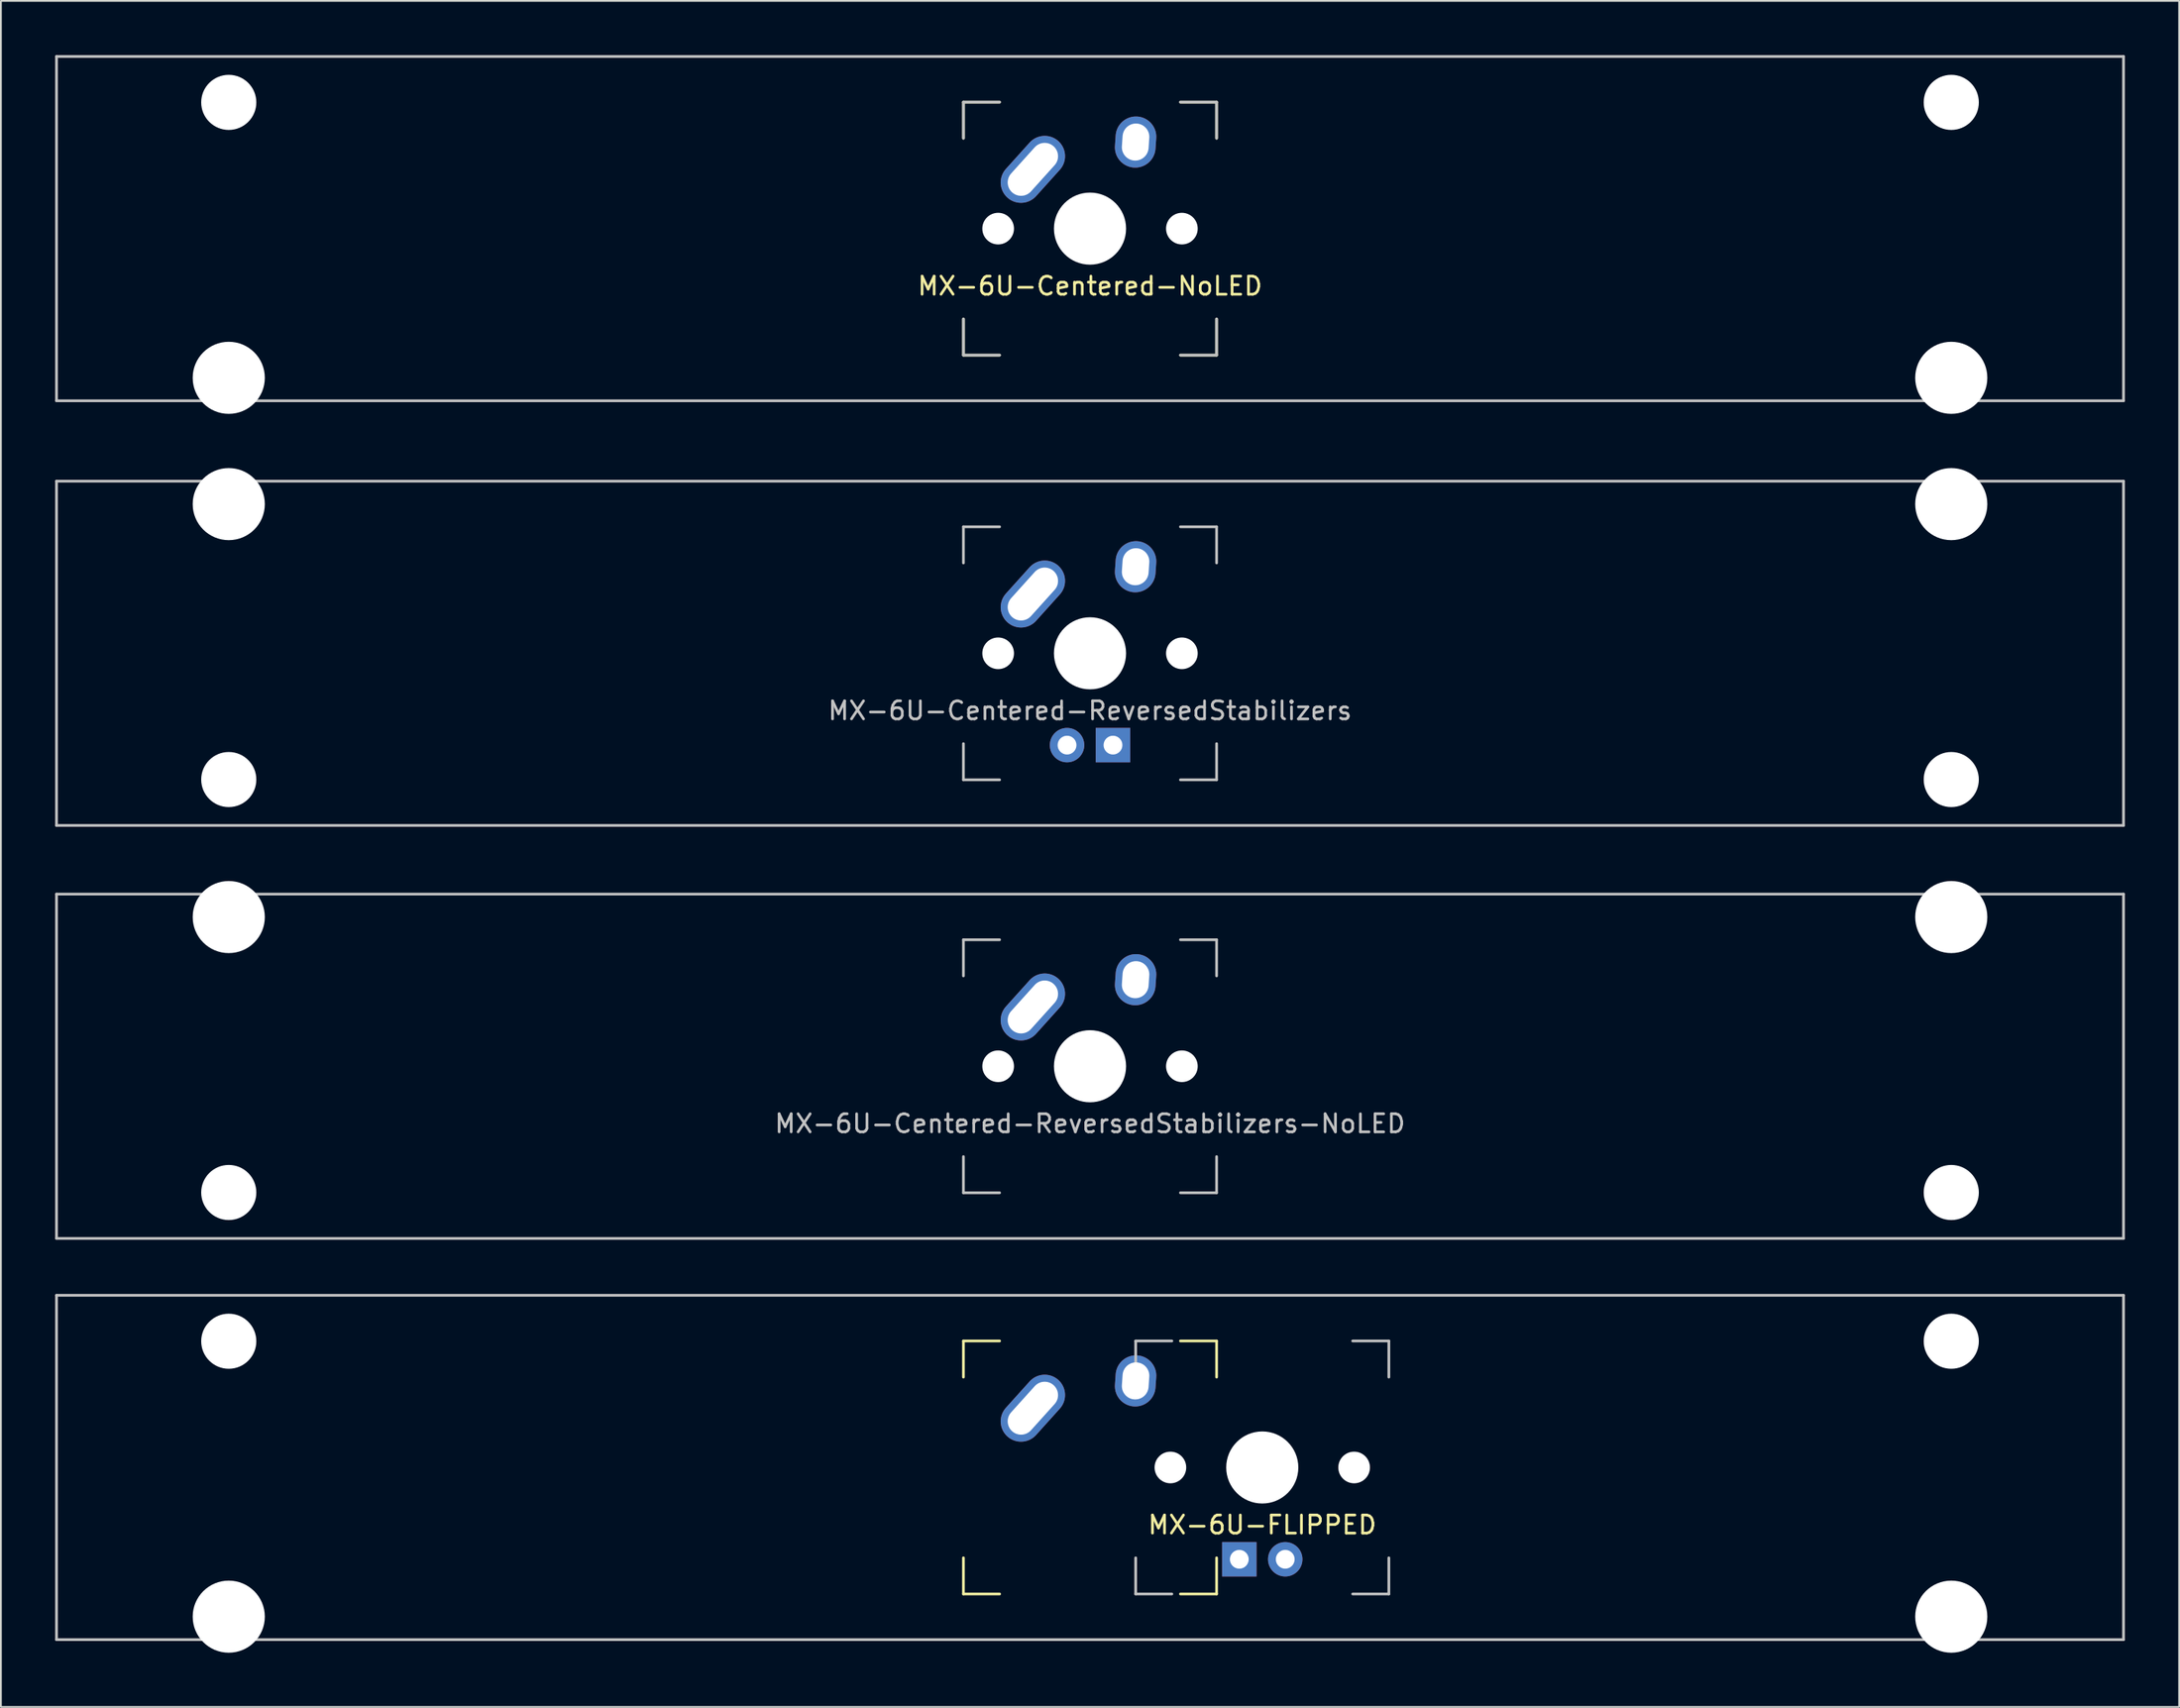
<source format=kicad_pcb>
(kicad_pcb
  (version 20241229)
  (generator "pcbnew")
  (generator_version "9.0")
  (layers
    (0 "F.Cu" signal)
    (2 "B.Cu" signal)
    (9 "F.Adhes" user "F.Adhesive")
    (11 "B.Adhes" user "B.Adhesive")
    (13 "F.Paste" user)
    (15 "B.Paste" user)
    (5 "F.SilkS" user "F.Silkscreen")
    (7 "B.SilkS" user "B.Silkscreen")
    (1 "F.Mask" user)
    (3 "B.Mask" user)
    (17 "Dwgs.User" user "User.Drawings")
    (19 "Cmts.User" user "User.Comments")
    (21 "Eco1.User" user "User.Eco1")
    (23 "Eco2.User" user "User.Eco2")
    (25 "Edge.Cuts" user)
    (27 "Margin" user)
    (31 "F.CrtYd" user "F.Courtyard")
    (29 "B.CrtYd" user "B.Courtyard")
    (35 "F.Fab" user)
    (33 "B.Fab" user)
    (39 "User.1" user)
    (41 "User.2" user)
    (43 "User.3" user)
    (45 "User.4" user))
  (footprint "MX-6U-Centered-ReversedStabilizers"
    (layer "F.Cu")
    (at 57.225 33.098)
    (property "Reference" "MX-6U-Centered-ReversedStabilizers" (at 0 3.175 0) (layer "Dwgs.User") (effects (font (size 1 1) (thickness 0.15))))
    (attr through_hole)
    (fp_line (start -57.15 -9.525) (end 57.15 -9.525) (stroke (width 0.15) (type solid)) (layer "Dwgs.User"))
    (fp_line (start -57.15 9.525) (end -57.15 -9.525) (stroke (width 0.15) (type solid)) (layer "Dwgs.User"))
    (fp_line (start -57.15 9.525) (end 57.15 9.525) (stroke (width 0.15) (type solid)) (layer "Dwgs.User"))
    (fp_line (start -7 -7) (end -7 -5) (stroke (width 0.15) (type solid)) (layer "Dwgs.User"))
    (fp_line (start -7 5) (end -7 7) (stroke (width 0.15) (type solid)) (layer "Dwgs.User"))
    (fp_line (start -7 7) (end -5 7) (stroke (width 0.15) (type solid)) (layer "Dwgs.User"))
    (fp_line (start -5 -7) (end -7 -7) (stroke (width 0.15) (type solid)) (layer "Dwgs.User"))
    (fp_line (start 5 -7) (end 7 -7) (stroke (width 0.15) (type solid)) (layer "Dwgs.User"))
    (fp_line (start 5 7) (end 7 7) (stroke (width 0.15) (type solid)) (layer "Dwgs.User"))
    (fp_line (start 7 -7) (end 7 -5) (stroke (width 0.15) (type solid)) (layer "Dwgs.User"))
    (fp_line (start 7 7) (end 7 5) (stroke (width 0.15) (type solid)) (layer "Dwgs.User"))
    (fp_line (start 57.15 -9.525) (end 57.15 9.525) (stroke (width 0.15) (type solid)) (layer "Dwgs.User"))
    (pad "" np_thru_hole circle (at -47.625 -8.255) (size 3.988 3.988) (drill 3.988) (layers "*.Cu" "*.Mask"))
    (pad "" np_thru_hole circle (at -47.625 6.985) (size 3.048 3.048) (drill 3.048) (layers "*.Cu" "*.Mask"))
    (pad "" np_thru_hole circle (at -5.08 0 48.1) (size 1.75 1.75) (drill 1.75) (layers "*.Cu" "*.Mask"))
    (pad "" np_thru_hole circle (at 0 0) (size 3.988 3.988) (drill 3.988) (layers "*.Cu" "*.Mask"))
    (pad "" np_thru_hole circle (at 5.08 0 48.1) (size 1.75 1.75) (drill 1.75) (layers "*.Cu" "*.Mask"))
    (pad "" np_thru_hole circle (at 47.625 -8.255) (size 3.988 3.988) (drill 3.988) (layers "*.Cu" "*.Mask"))
    (pad "" np_thru_hole circle (at 47.625 6.985) (size 3.048 3.048) (drill 3.048) (layers "*.Cu" "*.Mask"))
    (pad "1" thru_hole oval (at -3.16 -3.28 48) (size 4.21 2.25) (drill oval 3.43 1.48) (layers "*.Cu" "B.Mask"))
    (pad "2" thru_hole oval (at 2.52 -4.79 86) (size 2.831 2.25) (drill oval 2.051 1.48) (layers "*.Cu" "B.Mask"))
    (pad "3" thru_hole circle (at -1.27 5.08) (size 1.905 1.905) (drill 1.04) (layers "*.Cu" "B.Mask"))
    (pad "4" thru_hole rect (at 1.27 5.08) (size 1.905 1.905) (drill 1.04) (layers "*.Cu" "B.Mask")))
  (footprint "MX-6U-FLIPPED"
    (layer "F.Cu")
    (at 57.225 78.147)
    (property "Reference" "MX-6U-FLIPPED" (at 9.525 3.175 0) (layer "F.SilkS") (effects (font (size 1 1) (thickness 0.15))))
    (attr through_hole)
    (fp_line (start -7 -7) (end -7 -5) (stroke (width 0.15) (type solid)) (layer "F.SilkS"))
    (fp_line (start -7 5) (end -7 7) (stroke (width 0.15) (type solid)) (layer "F.SilkS"))
    (fp_line (start -7 7) (end -5 7) (stroke (width 0.15) (type solid)) (layer "F.SilkS"))
    (fp_line (start -5 -7) (end -7 -7) (stroke (width 0.15) (type solid)) (layer "F.SilkS"))
    (fp_line (start 5 -7) (end 7 -7) (stroke (width 0.15) (type solid)) (layer "F.SilkS"))
    (fp_line (start 5 7) (end 7 7) (stroke (width 0.15) (type solid)) (layer "F.SilkS"))
    (fp_line (start 7 -7) (end 7 -5) (stroke (width 0.15) (type solid)) (layer "F.SilkS"))
    (fp_line (start 7 7) (end 7 5) (stroke (width 0.15) (type solid)) (layer "F.SilkS"))
    (fp_line (start -57.15 -9.525) (end 57.15 -9.525) (stroke (width 0.15) (type solid)) (layer "Dwgs.User"))
    (fp_line (start -57.15 9.525) (end -57.15 -9.525) (stroke (width 0.15) (type solid)) (layer "Dwgs.User"))
    (fp_line (start -57.15 9.525) (end 57.15 9.525) (stroke (width 0.15) (type solid)) (layer "Dwgs.User"))
    (fp_line (start 2.525 -7) (end 2.525 -5) (stroke (width 0.15) (type solid)) (layer "Dwgs.User"))
    (fp_line (start 2.525 5) (end 2.525 7) (stroke (width 0.15) (type solid)) (layer "Dwgs.User"))
    (fp_line (start 2.525 7) (end 4.525 7) (stroke (width 0.15) (type solid)) (layer "Dwgs.User"))
    (fp_line (start 4.525 -7) (end 2.525 -7) (stroke (width 0.15) (type solid)) (layer "Dwgs.User"))
    (fp_line (start 14.525 -7) (end 16.525 -7) (stroke (width 0.15) (type solid)) (layer "Dwgs.User"))
    (fp_line (start 14.525 7) (end 16.525 7) (stroke (width 0.15) (type solid)) (layer "Dwgs.User"))
    (fp_line (start 16.525 -7) (end 16.525 -5) (stroke (width 0.15) (type solid)) (layer "Dwgs.User"))
    (fp_line (start 16.525 7) (end 16.525 5) (stroke (width 0.15) (type solid)) (layer "Dwgs.User"))
    (fp_line (start 57.15 -9.525) (end 57.15 9.525) (stroke (width 0.15) (type solid)) (layer "Dwgs.User"))
    (pad "" np_thru_hole circle (at -47.625 -6.985) (size 3.048 3.048) (drill 3.048) (layers "*.Cu" "*.Mask"))
    (pad "" np_thru_hole circle (at -47.625 8.255) (size 3.988 3.988) (drill 3.988) (layers "*.Cu" "*.Mask"))
    (pad "" np_thru_hole circle (at 4.445 0 48.1) (size 1.75 1.75) (drill 1.75) (layers "*.Cu" "*.Mask"))
    (pad "" np_thru_hole circle (at 9.525 0) (size 3.988 3.988) (drill 3.988) (layers "*.Cu" "*.Mask"))
    (pad "" np_thru_hole circle (at 14.605 0 48.1) (size 1.75 1.75) (drill 1.75) (layers "*.Cu" "*.Mask"))
    (pad "" np_thru_hole circle (at 47.625 -6.985) (size 3.048 3.048) (drill 3.048) (layers "*.Cu" "*.Mask"))
    (pad "" np_thru_hole circle (at 47.625 8.255) (size 3.988 3.988) (drill 3.988) (layers "*.Cu" "*.Mask"))
    (pad "1" thru_hole oval (at -3.16 -3.28 48) (size 4.21 2.25) (drill oval 3.43 1.48) (layers "*.Cu" "B.Mask"))
    (pad "2" thru_hole oval (at 2.52 -4.79 86) (size 2.831 2.25) (drill oval 2.051 1.48) (layers "*.Cu" "B.Mask"))
    (pad "3" thru_hole circle (at 10.795 5.08) (size 1.905 1.905) (drill 1.04) (layers "*.Cu" "B.Mask"))
    (pad "4" thru_hole rect (at 8.255 5.08) (size 1.905 1.905) (drill 1.04) (layers "*.Cu" "B.Mask")))
  (footprint "MX-6U-Centered-ReversedStabilizers-NoLED"
    (layer "F.Cu")
    (at 57.225 55.947)
    (property "Reference" "MX-6U-Centered-ReversedStabilizers-NoLED" (at 0 3.175 0) (layer "Dwgs.User") (effects (font (size 1 1) (thickness 0.15))))
    (attr through_hole)
    (fp_line (start -57.15 -9.525) (end 57.15 -9.525) (stroke (width 0.15) (type solid)) (layer "Dwgs.User"))
    (fp_line (start -57.15 9.525) (end -57.15 -9.525) (stroke (width 0.15) (type solid)) (layer "Dwgs.User"))
    (fp_line (start -57.15 9.525) (end 57.15 9.525) (stroke (width 0.15) (type solid)) (layer "Dwgs.User"))
    (fp_line (start -7 -7) (end -7 -5) (stroke (width 0.15) (type solid)) (layer "Dwgs.User"))
    (fp_line (start -7 5) (end -7 7) (stroke (width 0.15) (type solid)) (layer "Dwgs.User"))
    (fp_line (start -7 7) (end -5 7) (stroke (width 0.15) (type solid)) (layer "Dwgs.User"))
    (fp_line (start -5 -7) (end -7 -7) (stroke (width 0.15) (type solid)) (layer "Dwgs.User"))
    (fp_line (start 5 -7) (end 7 -7) (stroke (width 0.15) (type solid)) (layer "Dwgs.User"))
    (fp_line (start 5 7) (end 7 7) (stroke (width 0.15) (type solid)) (layer "Dwgs.User"))
    (fp_line (start 7 -7) (end 7 -5) (stroke (width 0.15) (type solid)) (layer "Dwgs.User"))
    (fp_line (start 7 7) (end 7 5) (stroke (width 0.15) (type solid)) (layer "Dwgs.User"))
    (fp_line (start 57.15 -9.525) (end 57.15 9.525) (stroke (width 0.15) (type solid)) (layer "Dwgs.User"))
    (pad "" np_thru_hole circle (at -47.625 -8.255) (size 3.988 3.988) (drill 3.988) (layers "*.Cu" "*.Mask"))
    (pad "" np_thru_hole circle (at -47.625 6.985) (size 3.048 3.048) (drill 3.048) (layers "*.Cu" "*.Mask"))
    (pad "" np_thru_hole circle (at -5.08 0 48.1) (size 1.75 1.75) (drill 1.75) (layers "*.Cu" "*.Mask"))
    (pad "" np_thru_hole circle (at 0 0) (size 3.988 3.988) (drill 3.988) (layers "*.Cu" "*.Mask"))
    (pad "" np_thru_hole circle (at 5.08 0 48.1) (size 1.75 1.75) (drill 1.75) (layers "*.Cu" "*.Mask"))
    (pad "" np_thru_hole circle (at 47.625 -8.255) (size 3.988 3.988) (drill 3.988) (layers "*.Cu" "*.Mask"))
    (pad "" np_thru_hole circle (at 47.625 6.985) (size 3.048 3.048) (drill 3.048) (layers "*.Cu" "*.Mask"))
    (pad "1" thru_hole oval (at -3.16 -3.28 48) (size 4.21 2.25) (drill oval 3.43 1.48) (layers "*.Cu" "B.Mask"))
    (pad "2" thru_hole oval (at 2.52 -4.79 86) (size 2.831 2.25) (drill oval 2.051 1.48) (layers "*.Cu" "B.Mask")))
  (footprint "MX-6U-Centered-NoLED"
    (layer "F.Cu")
    (at 57.225 9.6)
    (property "Reference" "MX-6U-Centered-NoLED" (at 0 3.175 0) (layer "F.SilkS") (effects (font (size 1 1) (thickness 0.15))))
    (attr through_hole)
    (fp_line (start -7 -7) (end -7 -5) (stroke (width 0.15) (type solid)) (layer "F.SilkS"))
    (fp_line (start -7 5) (end -7 7) (stroke (width 0.15) (type solid)) (layer "F.SilkS"))
    (fp_line (start -7 7) (end -5 7) (stroke (width 0.15) (type solid)) (layer "F.SilkS"))
    (fp_line (start -5 -7) (end -7 -7) (stroke (width 0.15) (type solid)) (layer "F.SilkS"))
    (fp_line (start 5 -7) (end 7 -7) (stroke (width 0.15) (type solid)) (layer "F.SilkS"))
    (fp_line (start 5 7) (end 7 7) (stroke (width 0.15) (type solid)) (layer "F.SilkS"))
    (fp_line (start 7 -7) (end 7 -5) (stroke (width 0.15) (type solid)) (layer "F.SilkS"))
    (fp_line (start 7 7) (end 7 5) (stroke (width 0.15) (type solid)) (layer "F.SilkS"))
    (fp_line (start -57.15 -9.525) (end 57.15 -9.525) (stroke (width 0.15) (type solid)) (layer "Dwgs.User"))
    (fp_line (start -57.15 9.525) (end -57.15 -9.525) (stroke (width 0.15) (type solid)) (layer "Dwgs.User"))
    (fp_line (start -57.15 9.525) (end 57.15 9.525) (stroke (width 0.15) (type solid)) (layer "Dwgs.User"))
    (fp_line (start -7 -7) (end -7 -5) (stroke (width 0.15) (type solid)) (layer "Dwgs.User"))
    (fp_line (start -7 5) (end -7 7) (stroke (width 0.15) (type solid)) (layer "Dwgs.User"))
    (fp_line (start -7 7) (end -5 7) (stroke (width 0.15) (type solid)) (layer "Dwgs.User"))
    (fp_line (start -5 -7) (end -7 -7) (stroke (width 0.15) (type solid)) (layer "Dwgs.User"))
    (fp_line (start 5 -7) (end 7 -7) (stroke (width 0.15) (type solid)) (layer "Dwgs.User"))
    (fp_line (start 5 7) (end 7 7) (stroke (width 0.15) (type solid)) (layer "Dwgs.User"))
    (fp_line (start 7 -7) (end 7 -5) (stroke (width 0.15) (type solid)) (layer "Dwgs.User"))
    (fp_line (start 7 7) (end 7 5) (stroke (width 0.15) (type solid)) (layer "Dwgs.User"))
    (fp_line (start 57.15 -9.525) (end 57.15 9.525) (stroke (width 0.15) (type solid)) (layer "Dwgs.User"))
    (pad "" np_thru_hole circle (at -47.625 -6.985) (size 3.048 3.048) (drill 3.048) (layers "*.Cu" "*.Mask"))
    (pad "" np_thru_hole circle (at -47.625 8.255) (size 3.988 3.988) (drill 3.988) (layers "*.Cu" "*.Mask"))
    (pad "" np_thru_hole circle (at -5.08 0 48.1) (size 1.75 1.75) (drill 1.75) (layers "*.Cu" "*.Mask"))
    (pad "" np_thru_hole circle (at 0 0) (size 3.988 3.988) (drill 3.988) (layers "*.Cu" "*.Mask"))
    (pad "" np_thru_hole circle (at 5.08 0 48.1) (size 1.75 1.75) (drill 1.75) (layers "*.Cu" "*.Mask"))
    (pad "" np_thru_hole circle (at 47.625 -6.985) (size 3.048 3.048) (drill 3.048) (layers "*.Cu" "*.Mask"))
    (pad "" np_thru_hole circle (at 47.625 8.255) (size 3.988 3.988) (drill 3.988) (layers "*.Cu" "*.Mask"))
    (pad "1" thru_hole oval (at -3.16 -3.28 48) (size 4.21 2.25) (drill oval 3.43 1.48) (layers "*.Cu" "B.Mask"))
    (pad "2" thru_hole oval (at 2.52 -4.79 86) (size 2.831 2.25) (drill oval 2.051 1.48) (layers "*.Cu" "B.Mask")))
  (gr_rect
    (start -3 -3)
    (end 117.45 91.396)
    (stroke (width 0.1) (type default))
    (fill no)
    (layer "Edge.Cuts")))
</source>
